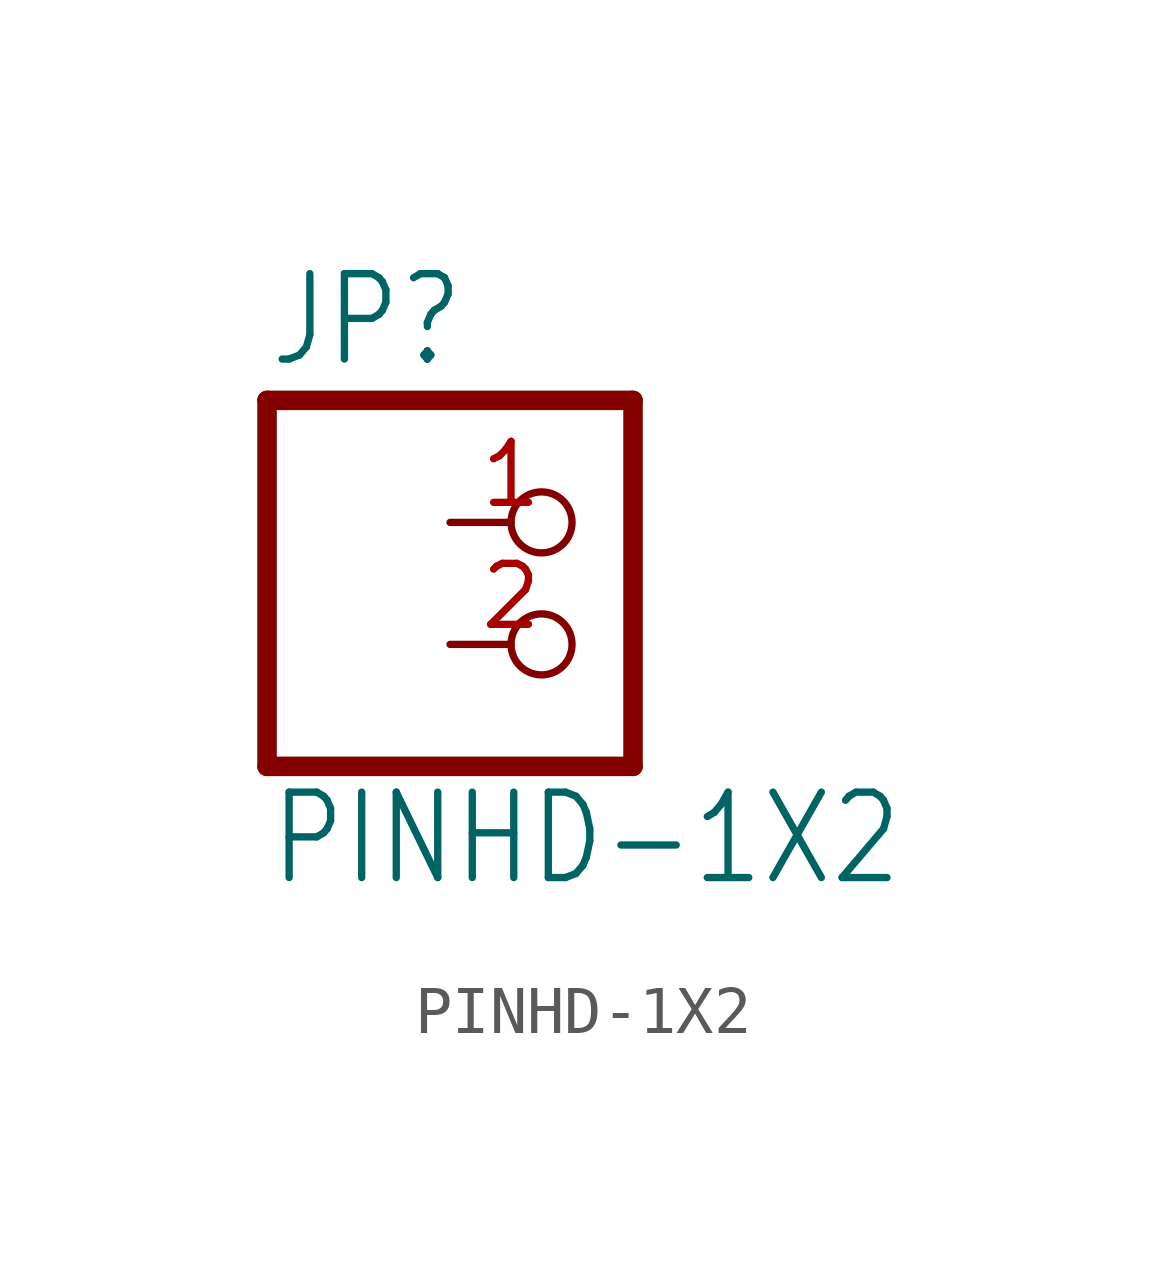
<source format=kicad_sym>
(kicad_symbol_lib
  (version 20201005)
  (generator kicad_symbol_editor)
  (symbol "PINHD-1X2"
    (property "Reference" "JP"
      (at -6.35 5.715 0)
      (effects (font (size 1.778 1.511)) (justify left bottom)))
    (property "Value" "PINHD-1X2"
      (at -6.35 -5.08 0)
      (effects (font (size 1.778 1.511)) (justify left bottom)))
    (property "ki_locked" ""
      (at 0 0 0)
      (effects (font (size 1.27 1.27))))
    (symbol "PINHD-1X2_1_0"
      (polyline (pts (xy -6.35 -2.54) (xy 1.27 -2.54)) (stroke (width 0.406)) (fill (type none)))
      (polyline (pts (xy -6.35 5.08) (xy -6.35 -2.54)) (stroke (width 0.406)) (fill (type none)))
      (polyline (pts (xy 1.27 -2.54) (xy 1.27 5.08)) (stroke (width 0.406)) (fill (type none)))
      (polyline (pts (xy 1.27 5.08) (xy -6.35 5.08)) (stroke (width 0.406)) (fill (type none)))
      (pin passive inverted (at -2.54 2.54 0) (length 2.54) (name "1" (effects (font (size 0 0)))) (number "1" (effects (font (size 1.27 1.27)))))
      (pin passive inverted (at -2.54 0 0) (length 2.54) (name "2" (effects (font (size 0 0)))) (number "2" (effects (font (size 1.27 1.27))))))))
</source>
